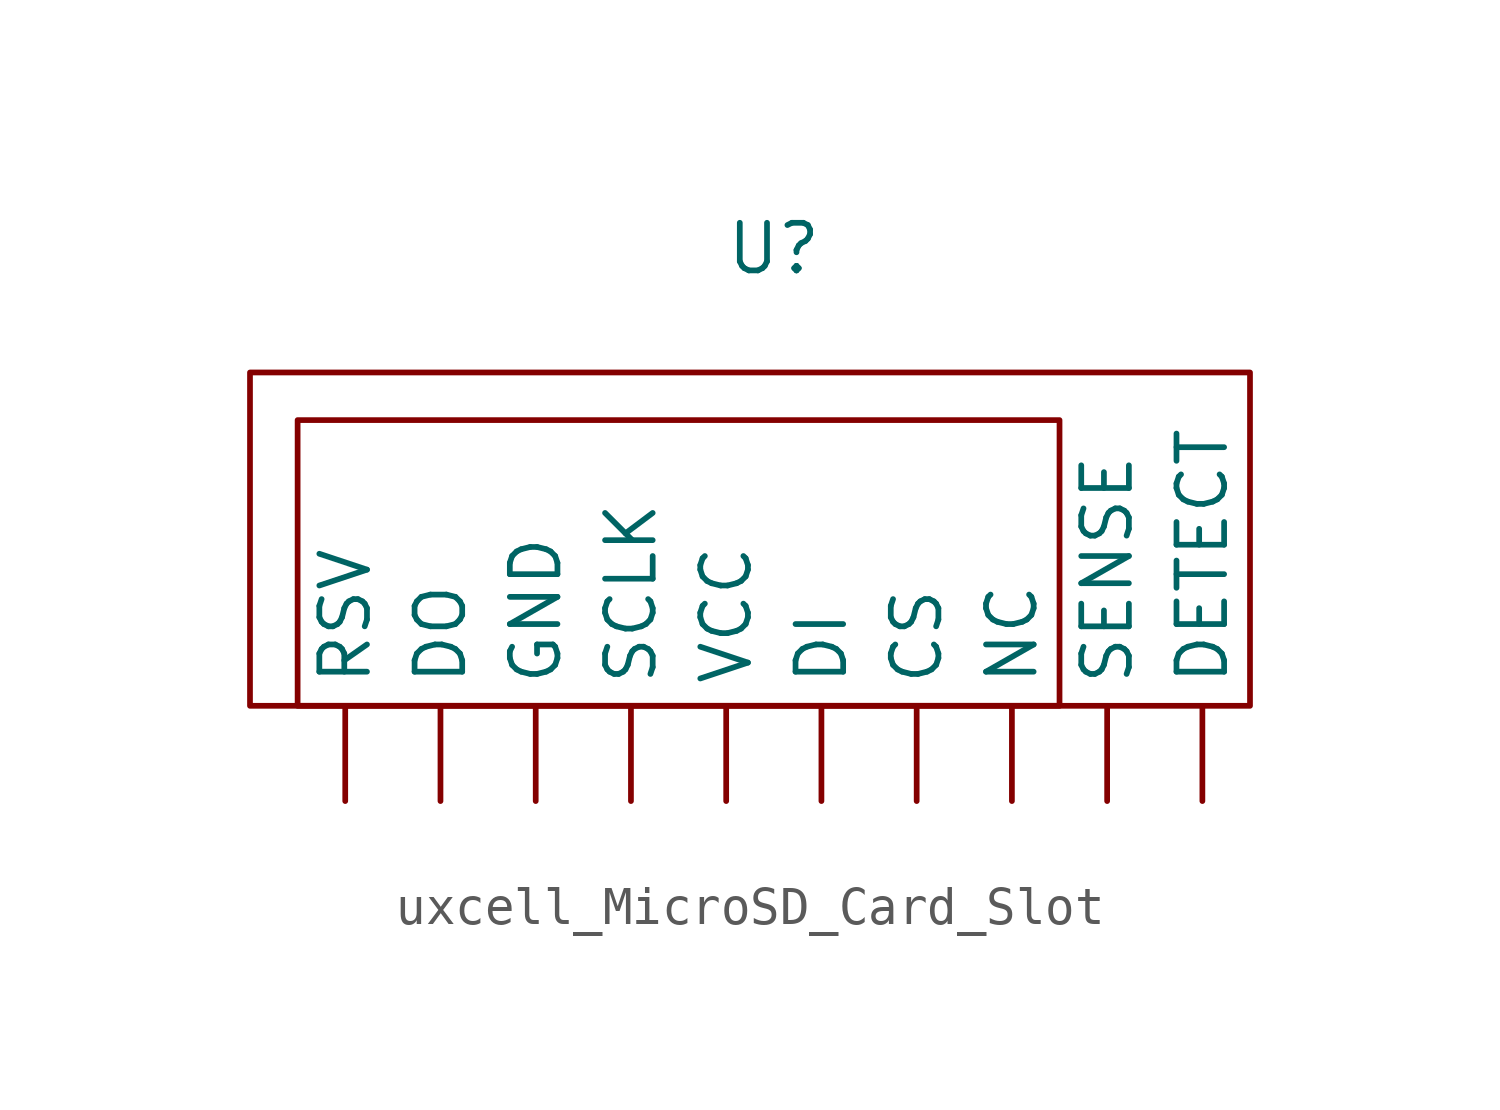
<source format=kicad_sym>
(kicad_symbol_lib
  (version 20231120)
  (generator "kicad_symbol_editor")
  (generator_version "8.0")
  (symbol "uxcell_MicroSD_Card_Slot"
    (property "Reference" "U"
      (at -1.27 4.572 0)
      (effects (font (size 1.27 1.27))))
    (property "Value" ""
      (at 0 0 0)
      (effects (font (size 1.27 1.27))))
    (symbol "uxcell_MicroSD_Card_Slot_0_1"
      (rectangle (start -15.24 1.27) (end 11.43 -7.62) (stroke (width 0) (type default)) (fill (type none)))
      (rectangle (start -13.97 0) (end 6.35 -7.62) (stroke (width 0) (type default)) (fill (type none))))
    (symbol "uxcell_MicroSD_Card_Slot_1_1"
      (pin input line (at 2.54 -10.16 90) (length 2.54) (name "CS" (effects (font (size 1.27 1.27)))) (number "" (effects (font (size 1.27 1.27)))))
      (pin input line (at 10.16 -10.16 90) (length 2.54) (name "DETECT" (effects (font (size 1.27 1.27)))) (number "" (effects (font (size 1.27 1.27)))))
      (pin input line (at 0 -10.16 90) (length 2.54) (name "DI" (effects (font (size 1.27 1.27)))) (number "" (effects (font (size 1.27 1.27)))))
      (pin input line (at -10.16 -10.16 90) (length 2.54) (name "DO" (effects (font (size 1.27 1.27)))) (number "" (effects (font (size 1.27 1.27)))))
      (pin output line (at -7.62 -10.16 90) (length 2.54) (name "GND" (effects (font (size 1.27 1.27)))) (number "" (effects (font (size 1.27 1.27)))))
      (pin input line (at 5.08 -10.16 90) (length 2.54) (name "NC" (effects (font (size 1.27 1.27)))) (number "" (effects (font (size 1.27 1.27)))))
      (pin input line (at -12.7 -10.16 90) (length 2.54) (name "RSV" (effects (font (size 1.27 1.27)))) (number "" (effects (font (size 1.27 1.27)))))
      (pin input line (at -5.08 -10.16 90) (length 2.54) (name "SCLK" (effects (font (size 1.27 1.27)))) (number "" (effects (font (size 1.27 1.27)))))
      (pin input line (at 7.62 -10.16 90) (length 2.54) (name "SENSE" (effects (font (size 1.27 1.27)))) (number "" (effects (font (size 1.27 1.27)))))
      (pin input line (at -2.54 -10.16 90) (length 2.54) (name "VCC" (effects (font (size 1.27 1.27)))) (number "" (effects (font (size 1.27 1.27))))))))
</source>
